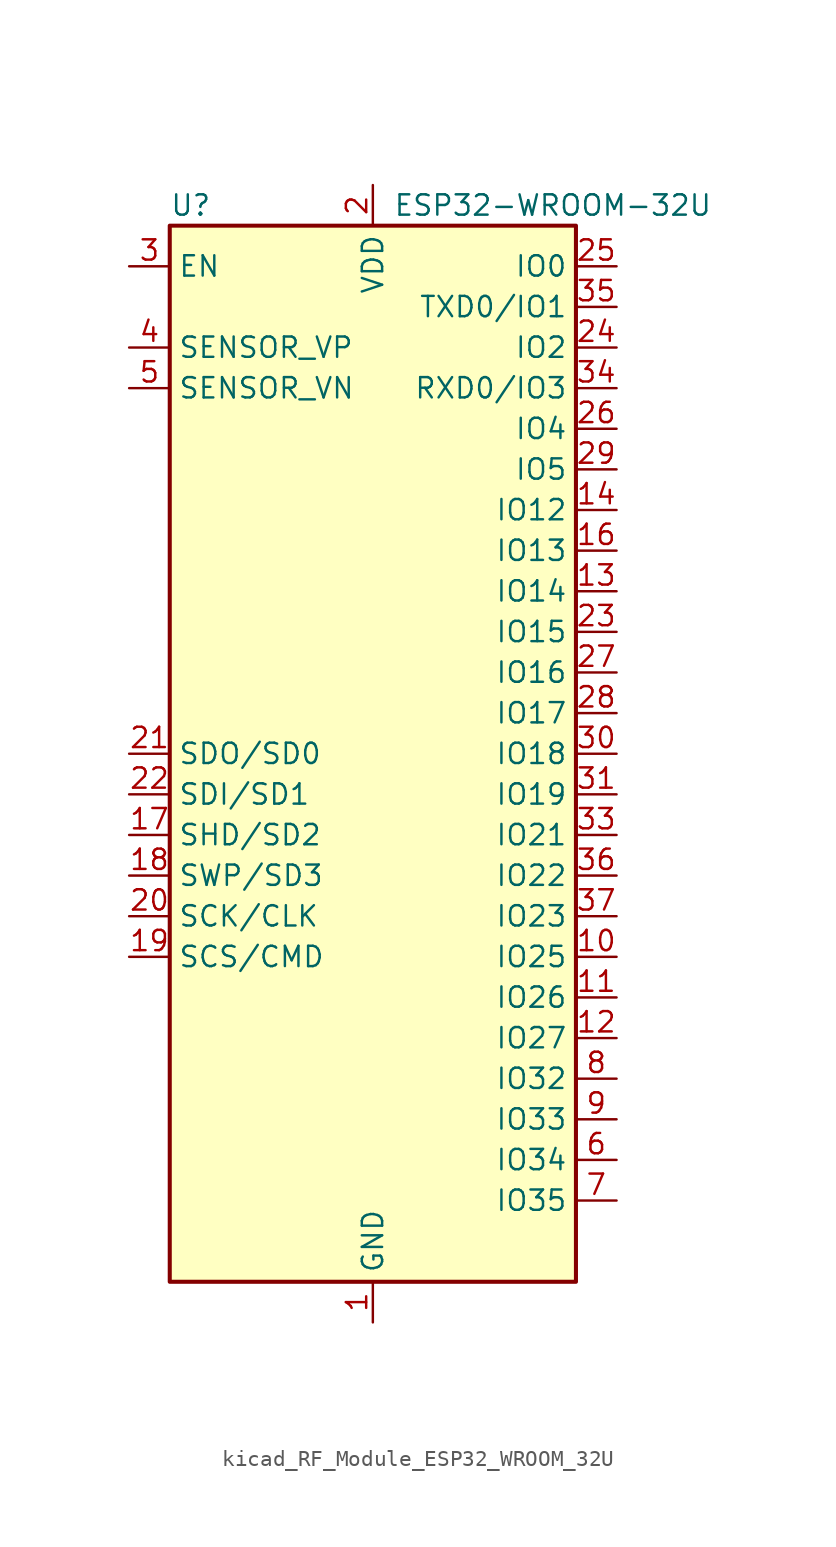
<source format=kicad_sym>
(kicad_symbol_lib
  (version 20220914)
  (generator kicad_symbol_editor)
  (symbol "kicad_RF_Module_ESP32_WROOM_32U"
    (property "Reference" "U"
      (at -12.7 34.29 0)
      (effects (font (size 1.27 1.27)) (justify left)))
    (property "Value" "ESP32-WROOM-32U"
      (at 1.27 34.29 0)
      (effects (font (size 1.27 1.27)) (justify left)))
    (symbol "kicad_RF_Module_ESP32_WROOM_32U_0_1"
      (rectangle (start -12.7 33.02) (end 12.7 -33.02) (stroke (width 0.254) (type default)) (fill (type background))))
    (symbol "kicad_RF_Module_ESP32_WROOM_32U_1_1"
      (pin power_in line (at 0 -35.56 90) (length 2.54) (name "GND" (effects (font (size 1.27 1.27)))) (number "1" (effects (font (size 1.27 1.27)))))
      (pin bidirectional line (at 15.24 -12.7 180) (length 2.54) (name "IO25" (effects (font (size 1.27 1.27)))) (number "10" (effects (font (size 1.27 1.27)))))
      (pin bidirectional line (at 15.24 -15.24 180) (length 2.54) (name "IO26" (effects (font (size 1.27 1.27)))) (number "11" (effects (font (size 1.27 1.27)))))
      (pin bidirectional line (at 15.24 -17.78 180) (length 2.54) (name "IO27" (effects (font (size 1.27 1.27)))) (number "12" (effects (font (size 1.27 1.27)))))
      (pin bidirectional line (at 15.24 10.16 180) (length 2.54) (name "IO14" (effects (font (size 1.27 1.27)))) (number "13" (effects (font (size 1.27 1.27)))))
      (pin bidirectional line (at 15.24 15.24 180) (length 2.54) (name "IO12" (effects (font (size 1.27 1.27)))) (number "14" (effects (font (size 1.27 1.27)))))
      (pin passive line (at 0 -35.56 90) (length 2.54) hide (name "GND" (effects (font (size 1.27 1.27)))) (number "15" (effects (font (size 1.27 1.27)))))
      (pin bidirectional line (at 15.24 12.7 180) (length 2.54) (name "IO13" (effects (font (size 1.27 1.27)))) (number "16" (effects (font (size 1.27 1.27)))))
      (pin bidirectional line (at -15.24 -5.08 0) (length 2.54) (name "SHD/SD2" (effects (font (size 1.27 1.27)))) (number "17" (effects (font (size 1.27 1.27)))))
      (pin bidirectional line (at -15.24 -7.62 0) (length 2.54) (name "SWP/SD3" (effects (font (size 1.27 1.27)))) (number "18" (effects (font (size 1.27 1.27)))))
      (pin bidirectional line (at -15.24 -12.7 0) (length 2.54) (name "SCS/CMD" (effects (font (size 1.27 1.27)))) (number "19" (effects (font (size 1.27 1.27)))))
      (pin power_in line (at 0 35.56 270) (length 2.54) (name "VDD" (effects (font (size 1.27 1.27)))) (number "2" (effects (font (size 1.27 1.27)))))
      (pin bidirectional line (at -15.24 -10.16 0) (length 2.54) (name "SCK/CLK" (effects (font (size 1.27 1.27)))) (number "20" (effects (font (size 1.27 1.27)))))
      (pin bidirectional line (at -15.24 0 0) (length 2.54) (name "SDO/SD0" (effects (font (size 1.27 1.27)))) (number "21" (effects (font (size 1.27 1.27)))))
      (pin bidirectional line (at -15.24 -2.54 0) (length 2.54) (name "SDI/SD1" (effects (font (size 1.27 1.27)))) (number "22" (effects (font (size 1.27 1.27)))))
      (pin bidirectional line (at 15.24 7.62 180) (length 2.54) (name "IO15" (effects (font (size 1.27 1.27)))) (number "23" (effects (font (size 1.27 1.27)))))
      (pin bidirectional line (at 15.24 25.4 180) (length 2.54) (name "IO2" (effects (font (size 1.27 1.27)))) (number "24" (effects (font (size 1.27 1.27)))))
      (pin bidirectional line (at 15.24 30.48 180) (length 2.54) (name "IO0" (effects (font (size 1.27 1.27)))) (number "25" (effects (font (size 1.27 1.27)))))
      (pin bidirectional line (at 15.24 20.32 180) (length 2.54) (name "IO4" (effects (font (size 1.27 1.27)))) (number "26" (effects (font (size 1.27 1.27)))))
      (pin bidirectional line (at 15.24 5.08 180) (length 2.54) (name "IO16" (effects (font (size 1.27 1.27)))) (number "27" (effects (font (size 1.27 1.27)))))
      (pin bidirectional line (at 15.24 2.54 180) (length 2.54) (name "IO17" (effects (font (size 1.27 1.27)))) (number "28" (effects (font (size 1.27 1.27)))))
      (pin bidirectional line (at 15.24 17.78 180) (length 2.54) (name "IO5" (effects (font (size 1.27 1.27)))) (number "29" (effects (font (size 1.27 1.27)))))
      (pin input line (at -15.24 30.48 0) (length 2.54) (name "EN" (effects (font (size 1.27 1.27)))) (number "3" (effects (font (size 1.27 1.27)))))
      (pin bidirectional line (at 15.24 0 180) (length 2.54) (name "IO18" (effects (font (size 1.27 1.27)))) (number "30" (effects (font (size 1.27 1.27)))))
      (pin bidirectional line (at 15.24 -2.54 180) (length 2.54) (name "IO19" (effects (font (size 1.27 1.27)))) (number "31" (effects (font (size 1.27 1.27)))))
      (pin no_connect line (at -12.7 -27.94 0) (length 2.54) hide (name "NC" (effects (font (size 1.27 1.27)))) (number "32" (effects (font (size 1.27 1.27)))))
      (pin bidirectional line (at 15.24 -5.08 180) (length 2.54) (name "IO21" (effects (font (size 1.27 1.27)))) (number "33" (effects (font (size 1.27 1.27)))))
      (pin bidirectional line (at 15.24 22.86 180) (length 2.54) (name "RXD0/IO3" (effects (font (size 1.27 1.27)))) (number "34" (effects (font (size 1.27 1.27)))))
      (pin bidirectional line (at 15.24 27.94 180) (length 2.54) (name "TXD0/IO1" (effects (font (size 1.27 1.27)))) (number "35" (effects (font (size 1.27 1.27)))))
      (pin bidirectional line (at 15.24 -7.62 180) (length 2.54) (name "IO22" (effects (font (size 1.27 1.27)))) (number "36" (effects (font (size 1.27 1.27)))))
      (pin bidirectional line (at 15.24 -10.16 180) (length 2.54) (name "IO23" (effects (font (size 1.27 1.27)))) (number "37" (effects (font (size 1.27 1.27)))))
      (pin passive line (at 0 -35.56 90) (length 2.54) hide (name "GND" (effects (font (size 1.27 1.27)))) (number "38" (effects (font (size 1.27 1.27)))))
      (pin passive line (at 0 -35.56 90) (length 2.54) hide (name "GND" (effects (font (size 1.27 1.27)))) (number "39" (effects (font (size 1.27 1.27)))))
      (pin input line (at -15.24 25.4 0) (length 2.54) (name "SENSOR_VP" (effects (font (size 1.27 1.27)))) (number "4" (effects (font (size 1.27 1.27)))))
      (pin input line (at -15.24 22.86 0) (length 2.54) (name "SENSOR_VN" (effects (font (size 1.27 1.27)))) (number "5" (effects (font (size 1.27 1.27)))))
      (pin input line (at 15.24 -25.4 180) (length 2.54) (name "IO34" (effects (font (size 1.27 1.27)))) (number "6" (effects (font (size 1.27 1.27)))))
      (pin input line (at 15.24 -27.94 180) (length 2.54) (name "IO35" (effects (font (size 1.27 1.27)))) (number "7" (effects (font (size 1.27 1.27)))))
      (pin bidirectional line (at 15.24 -20.32 180) (length 2.54) (name "IO32" (effects (font (size 1.27 1.27)))) (number "8" (effects (font (size 1.27 1.27)))))
      (pin bidirectional line (at 15.24 -22.86 180) (length 2.54) (name "IO33" (effects (font (size 1.27 1.27)))) (number "9" (effects (font (size 1.27 1.27))))))))
</source>
